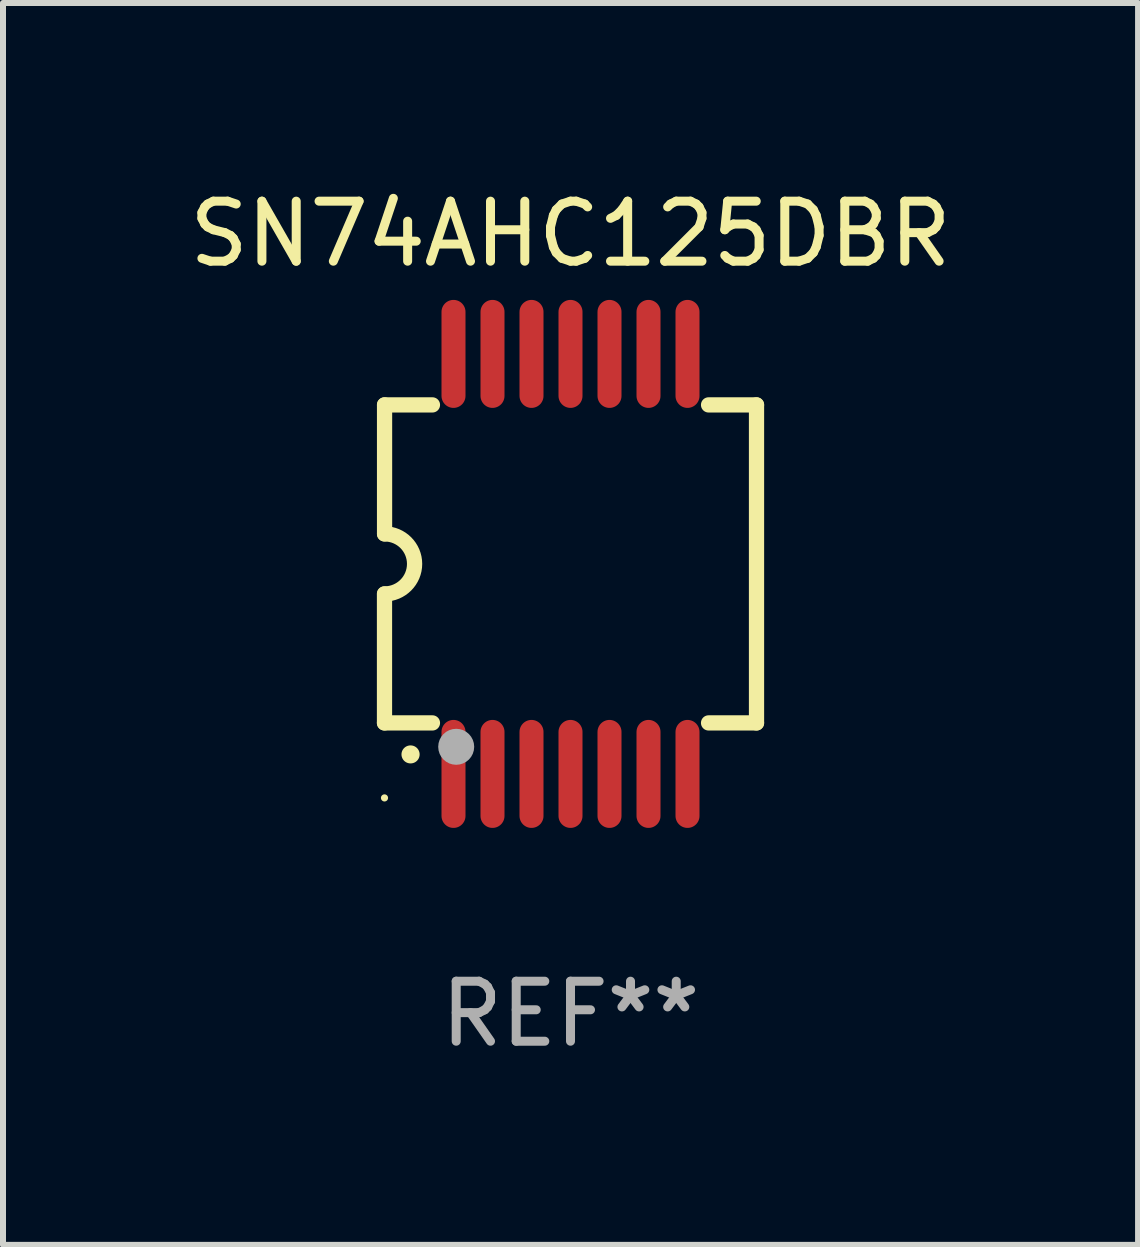
<source format=kicad_pcb>
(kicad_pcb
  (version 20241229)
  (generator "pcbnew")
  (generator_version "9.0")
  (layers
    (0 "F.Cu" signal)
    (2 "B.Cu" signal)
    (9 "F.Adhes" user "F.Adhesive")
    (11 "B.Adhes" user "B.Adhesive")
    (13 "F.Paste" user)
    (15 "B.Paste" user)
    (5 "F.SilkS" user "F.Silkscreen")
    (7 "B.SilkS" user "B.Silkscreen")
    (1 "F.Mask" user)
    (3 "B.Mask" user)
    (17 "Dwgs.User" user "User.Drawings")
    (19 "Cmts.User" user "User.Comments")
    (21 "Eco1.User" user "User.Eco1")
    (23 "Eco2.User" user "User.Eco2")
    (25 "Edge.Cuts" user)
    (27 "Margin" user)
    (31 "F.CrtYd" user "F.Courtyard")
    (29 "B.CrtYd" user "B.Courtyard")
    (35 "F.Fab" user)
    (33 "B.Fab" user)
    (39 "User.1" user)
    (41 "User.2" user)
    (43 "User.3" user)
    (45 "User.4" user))
  (footprint "SN74AHC125DBR"
    (layer "F.Cu")
    (at 6.458 6.348)
    (property "Reference" "SN74AHC125DBR" (at 0 -5.5 0) (layer "F.SilkS") (effects (font (size 1 1) (thickness 0.15))))
    (attr through_hole)
    (fp_line (start -3.1 2.65) (end -3.1 0.5) (stroke (width 0.254) (type solid)) (layer "F.SilkS"))
    (fp_line (start -3.099 -2.65) (end -2.301 -2.65) (stroke (width 0.254) (type solid)) (layer "F.SilkS"))
    (fp_line (start -3.099 -0.5) (end -3.099 -2.65) (stroke (width 0.254) (type solid)) (layer "F.SilkS"))
    (fp_line (start -2.301 2.65) (end -3.1 2.65) (stroke (width 0.254) (type solid)) (layer "F.SilkS"))
    (fp_line (start 2.301 -2.65) (end 3.1 -2.65) (stroke (width 0.254) (type solid)) (layer "F.SilkS"))
    (fp_line (start 3.1 -2.65) (end 3.1 2.65) (stroke (width 0.254) (type solid)) (layer "F.SilkS"))
    (fp_line (start 3.1 2.65) (end 2.301 2.65) (stroke (width 0.254) (type solid)) (layer "F.SilkS"))
    (fp_arc (start -3.098806 -0.500381) (mid -2.598806 0) (end -3.098806 0.500381) (stroke (width 0.254001) (type solid)) (layer "F.SilkS"))
    (fp_arc (start -2.667005 3.175006) (mid -2.665735 3.175001) (end -2.664465 3.175006) (stroke (width 0.3) (type solid)) (layer "F.SilkS"))
    (fp_circle (center -3.1 3.9) (end -3.07 3.9) (stroke (width 0.06) (type solid)) (fill no) (layer "F.SilkS"))
    (fp_circle (center -1.905 3.048) (end -1.755 3.048) (stroke (width 0.3) (type solid)) (fill no) (layer "F.Fab"))
    (fp_text user "REF**" (at 0 7.5 0) (layer "F.Fab") (effects (font (size 1 1) (thickness 0.15))))
    (pad "1" smd oval (at -1.95 3.5 270) (size 1.8 0.4) (layers "F.Cu" "F.Mask" "F.Paste"))
    (pad "2" smd oval (at -1.3 3.5 270) (size 1.8 0.4) (layers "F.Cu" "F.Mask" "F.Paste"))
    (pad "3" smd oval (at -0.65 3.5 270) (size 1.8 0.4) (layers "F.Cu" "F.Mask" "F.Paste"))
    (pad "4" smd oval (at 0 3.5 270) (size 1.8 0.4) (layers "F.Cu" "F.Mask" "F.Paste"))
    (pad "5" smd oval (at 0.65 3.5 270) (size 1.8 0.4) (layers "F.Cu" "F.Mask" "F.Paste"))
    (pad "6" smd oval (at 1.3 3.5 270) (size 1.8 0.4) (layers "F.Cu" "F.Mask" "F.Paste"))
    (pad "7" smd oval (at 1.95 3.5 270) (size 1.8 0.4) (layers "F.Cu" "F.Mask" "F.Paste"))
    (pad "8" smd oval (at 1.95 -3.5 90) (size 1.8 0.4) (layers "F.Cu" "F.Mask" "F.Paste"))
    (pad "9" smd oval (at 1.3 -3.5 90) (size 1.8 0.4) (layers "F.Cu" "F.Mask" "F.Paste"))
    (pad "10" smd oval (at 0.65 -3.5 90) (size 1.8 0.4) (layers "F.Cu" "F.Mask" "F.Paste"))
    (pad "11" smd oval (at 0 -3.5 90) (size 1.8 0.4) (layers "F.Cu" "F.Mask" "F.Paste"))
    (pad "12" smd oval (at -0.65 -3.5 90) (size 1.8 0.4) (layers "F.Cu" "F.Mask" "F.Paste"))
    (pad "13" smd oval (at -1.3 -3.5 90) (size 1.8 0.4) (layers "F.Cu" "F.Mask" "F.Paste"))
    (pad "14" smd oval (at -1.95 -3.5 90) (size 1.8 0.4) (layers "F.Cu" "F.Mask" "F.Paste")))
  (gr_rect
    (start -3 -3)
    (end 15.917 17.697)
    (stroke (width 0.1) (type default))
    (fill no)
    (layer "Edge.Cuts")))
</source>
